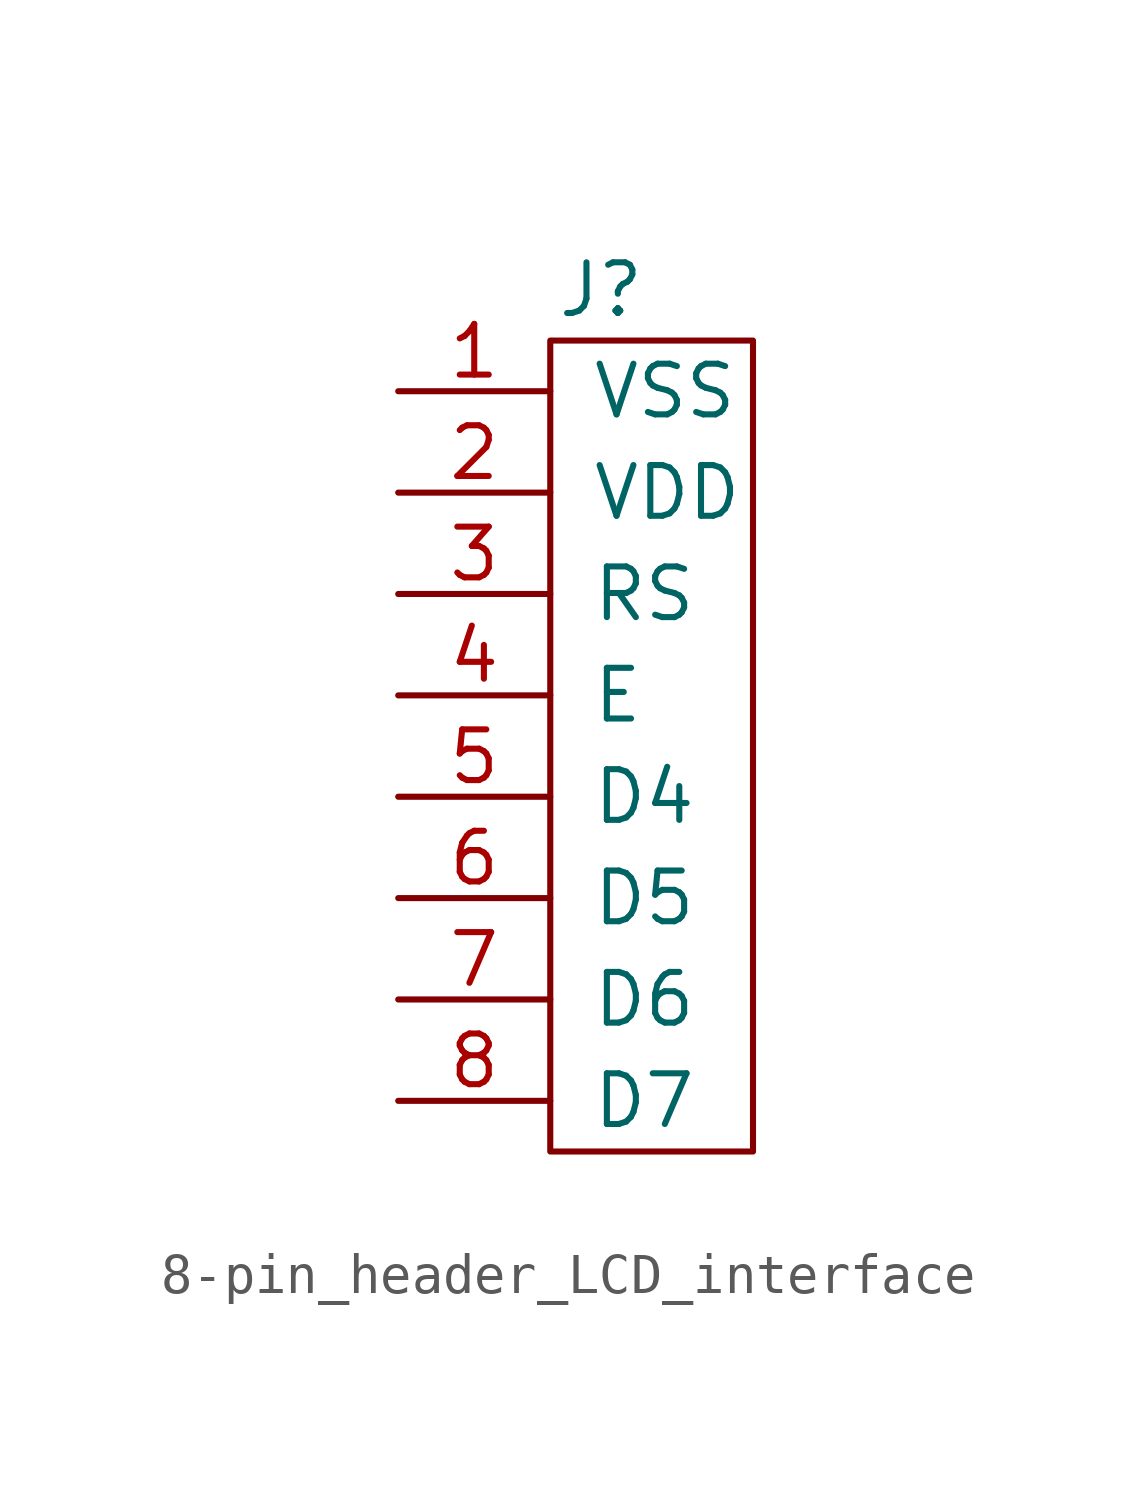
<source format=kicad_sym>
(kicad_symbol_lib
  (version 20211014)
  (generator kicad_symbol_editor)
  (symbol "8-pin_header_LCD_interface"
    (pin_names
      (offset 1.016))
    (property "Reference" "J"
      (at 0 10.16 0)
      (effects (font (size 1.27 1.27))))
    (symbol "8-pin_header_LCD_interface_0_1"
      (rectangle (start -1.27 8.89) (end 3.81 -11.43) (stroke (width 0) (type default) (color 0 0 0 0)) (fill (type none))))
    (symbol "8-pin_header_LCD_interface_1_1"
      (pin input line (at -5.08 7.62 0) (length 3.81) (name "VSS" (effects (font (size 1.27 1.27)))) (number "1" (effects (font (size 1.27 1.27)))))
      (pin input line (at -5.08 5.08 0) (length 3.81) (name "VDD" (effects (font (size 1.27 1.27)))) (number "2" (effects (font (size 1.27 1.27)))))
      (pin input line (at -5.08 2.54 0) (length 3.81) (name "RS" (effects (font (size 1.27 1.27)))) (number "3" (effects (font (size 1.27 1.27)))))
      (pin input line (at -5.08 0 0) (length 3.81) (name "E" (effects (font (size 1.27 1.27)))) (number "4" (effects (font (size 1.27 1.27)))))
      (pin input line (at -5.08 -2.54 0) (length 3.81) (name "D4" (effects (font (size 1.27 1.27)))) (number "5" (effects (font (size 1.27 1.27)))))
      (pin input line (at -5.08 -5.08 0) (length 3.81) (name "D5" (effects (font (size 1.27 1.27)))) (number "6" (effects (font (size 1.27 1.27)))))
      (pin input line (at -5.08 -7.62 0) (length 3.81) (name "D6" (effects (font (size 1.27 1.27)))) (number "7" (effects (font (size 1.27 1.27)))))
      (pin input line (at -5.08 -10.16 0) (length 3.81) (name "D7" (effects (font (size 1.27 1.27)))) (number "8" (effects (font (size 1.27 1.27))))))))
</source>
